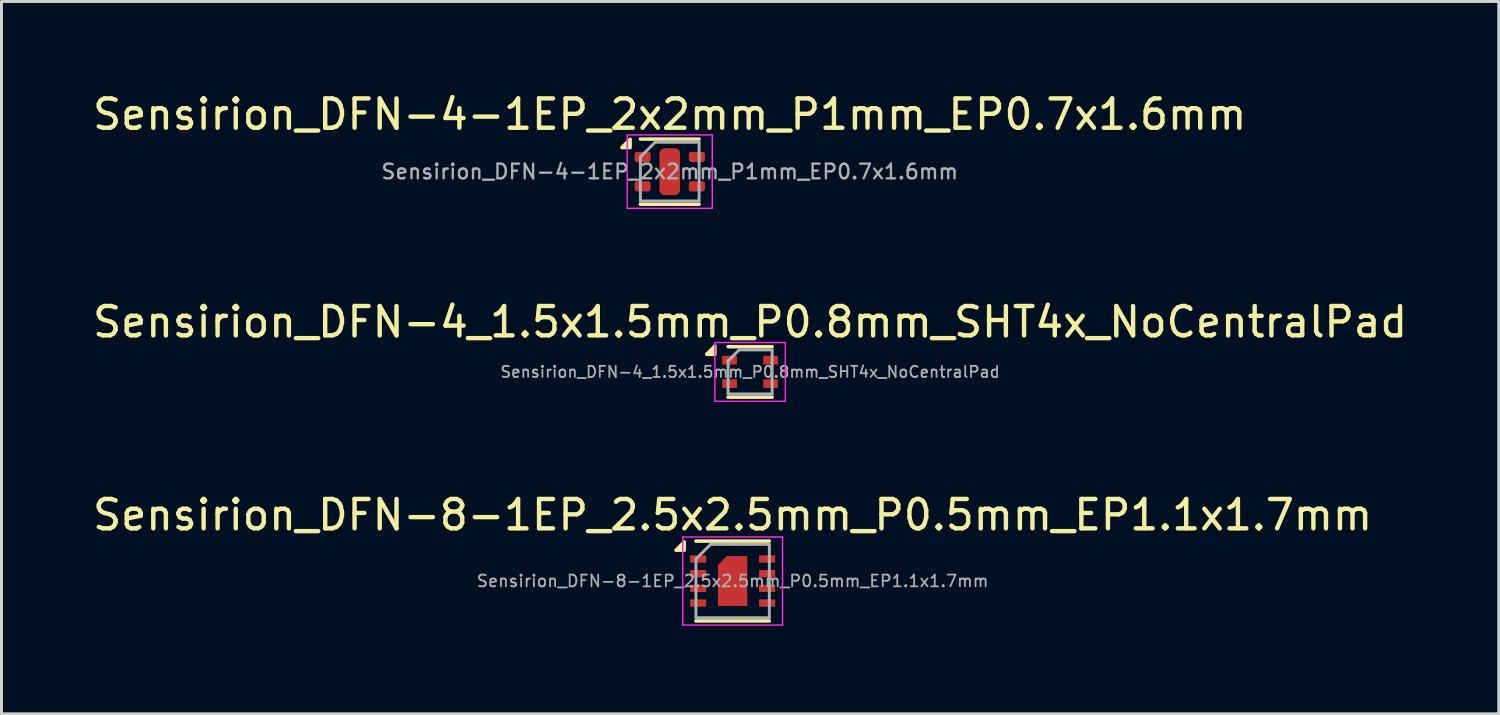
<source format=kicad_pcb>
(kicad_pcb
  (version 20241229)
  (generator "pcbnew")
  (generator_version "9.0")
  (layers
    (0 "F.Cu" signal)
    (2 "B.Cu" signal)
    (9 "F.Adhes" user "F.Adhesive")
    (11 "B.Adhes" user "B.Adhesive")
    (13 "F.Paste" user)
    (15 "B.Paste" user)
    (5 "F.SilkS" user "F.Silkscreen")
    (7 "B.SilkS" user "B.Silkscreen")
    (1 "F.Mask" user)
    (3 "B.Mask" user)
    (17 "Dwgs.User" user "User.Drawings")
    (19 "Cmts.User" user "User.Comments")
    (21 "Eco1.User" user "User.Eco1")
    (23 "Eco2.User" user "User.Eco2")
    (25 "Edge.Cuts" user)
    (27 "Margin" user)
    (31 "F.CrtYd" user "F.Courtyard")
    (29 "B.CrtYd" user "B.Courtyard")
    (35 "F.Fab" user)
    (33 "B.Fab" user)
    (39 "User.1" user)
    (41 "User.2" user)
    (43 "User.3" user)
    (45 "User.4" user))
  (footprint "Sensirion_DFN-8-1EP_2.5x2.5mm_P0.5mm_EP1.1x1.7mm"
    (layer "F.Cu")
    (at 21.911 16.745)
    (property "Reference" "Sensirion_DFN-8-1EP_2.5x2.5mm_P0.5mm_EP1.1x1.7mm" (at 0 -2.25 0) (layer "F.SilkS") (effects (font (size 1 1) (thickness 0.15))))
    (attr smd)
    (fp_line (start -1.25 -1.36) (end 1.25 -1.36) (stroke (width 0.12) (type solid)) (layer "F.SilkS"))
    (fp_line (start -1.25 1.36) (end 1.25 1.36) (stroke (width 0.12) (type solid)) (layer "F.SilkS"))
    (fp_poly (pts (xy -1.65 -1.05) (xy -1.93 -1.05) (xy -1.65 -1.33) (xy -1.65 -1.05)) (stroke (width 0.12) (type solid)) (fill yes) (layer "F.SilkS"))
    (fp_line (start -1.7 -1.5) (end -1.7 1.5) (stroke (width 0.05) (type solid)) (layer "F.CrtYd"))
    (fp_line (start -1.7 -1.5) (end 1.7 -1.5) (stroke (width 0.05) (type solid)) (layer "F.CrtYd"))
    (fp_line (start -1.7 1.5) (end 1.7 1.5) (stroke (width 0.05) (type solid)) (layer "F.CrtYd"))
    (fp_line (start 1.7 -1.5) (end 1.7 1.5) (stroke (width 0.05) (type solid)) (layer "F.CrtYd"))
    (fp_line (start -1.25 -0.75) (end -0.75 -1.25) (stroke (width 0.1) (type solid)) (layer "F.Fab"))
    (fp_line (start -1.25 1.25) (end -1.25 -0.75) (stroke (width 0.1) (type solid)) (layer "F.Fab"))
    (fp_line (start -0.75 -1.25) (end 1.25 -1.25) (stroke (width 0.1) (type solid)) (layer "F.Fab"))
    (fp_line (start 1.25 -1.25) (end 1.25 1.25) (stroke (width 0.1) (type solid)) (layer "F.Fab"))
    (fp_line (start 1.25 1.25) (end -1.25 1.25) (stroke (width 0.1) (type solid)) (layer "F.Fab"))
    (fp_text user "${REFERENCE}" (at 0 0 0) (layer "F.Fab") (effects (font (size 0.4 0.4) (thickness 0.06))))
    (pad "" smd custom (at 0 0) (size 0.9 0.9) (layers "F.Paste") (options (anchor rect)) (primitives (gr_poly (pts (xy 0.45 0.8) (xy -0.45 0.8) (xy -0.45 -0.53) (xy -0.18 -0.8) (xy 0.45 -0.8)) (width 0) (fill yes))))
    (pad "1" smd rect (at -1.175 -0.75) (size 0.55 0.25) (layers "F.Cu" "F.Mask" "F.Paste"))
    (pad "2" smd rect (at -1.175 -0.25) (size 0.55 0.25) (layers "F.Cu" "F.Mask" "F.Paste"))
    (pad "3" smd rect (at -1.175 0.25) (size 0.55 0.25) (layers "F.Cu" "F.Mask" "F.Paste"))
    (pad "4" smd rect (at -1.175 0.75 180) (size 0.55 0.25) (layers "F.Cu" "F.Mask" "F.Paste"))
    (pad "5" smd rect (at 1.175 0.75) (size 0.55 0.25) (layers "F.Cu" "F.Mask" "F.Paste"))
    (pad "6" smd rect (at 1.175 0.25) (size 0.55 0.25) (layers "F.Cu" "F.Mask" "F.Paste"))
    (pad "7" smd rect (at 1.175 -0.25) (size 0.55 0.25) (layers "F.Cu" "F.Mask" "F.Paste"))
    (pad "8" smd rect (at 1.175 -0.75) (size 0.55 0.25) (layers "F.Cu" "F.Mask" "F.Paste"))
    (pad "9" smd custom (at 0 0) (size 1 1) (layers "F.Cu" "F.Mask") (options (anchor circle)) (primitives (gr_poly (pts (xy 0.5 0.85) (xy -0.5 0.85) (xy -0.5 -0.55) (xy -0.2 -0.85) (xy 0.5 -0.85)) (width 0) (fill yes)))))
  (footprint "Sensirion_DFN-4_1.5x1.5mm_P0.8mm_SHT4x_NoCentralPad"
    (layer "F.Cu")
    (at 22.506 9.621)
    (property "Reference" "Sensirion_DFN-4_1.5x1.5mm_P0.8mm_SHT4x_NoCentralPad" (at 0 -1.7 0) (layer "F.SilkS") (effects (font (size 1 1) (thickness 0.15))))
    (attr smd)
    (fp_line (start -0.75 -0.86) (end 0.75 -0.86) (stroke (width 0.12) (type solid)) (layer "F.SilkS"))
    (fp_line (start -0.75 0.86) (end 0.75 0.86) (stroke (width 0.12) (type solid)) (layer "F.SilkS"))
    (fp_poly (pts (xy -1.2 -0.6) (xy -1.48 -0.6) (xy -1.2 -0.88) (xy -1.2 -0.6)) (stroke (width 0.12) (type solid)) (fill yes) (layer "F.SilkS"))
    (fp_line (start -1.2 -1) (end -1.2 1) (stroke (width 0.05) (type solid)) (layer "F.CrtYd"))
    (fp_line (start -1.2 1) (end 1.2 1) (stroke (width 0.05) (type solid)) (layer "F.CrtYd"))
    (fp_line (start 1.2 -1) (end -1.2 -1) (stroke (width 0.05) (type solid)) (layer "F.CrtYd"))
    (fp_line (start 1.2 1) (end 1.2 -1) (stroke (width 0.05) (type solid)) (layer "F.CrtYd"))
    (fp_line (start -0.75 -0.375) (end -0.375 -0.75) (stroke (width 0.1) (type solid)) (layer "F.Fab"))
    (fp_line (start -0.75 0.75) (end -0.75 -0.375) (stroke (width 0.1) (type solid)) (layer "F.Fab"))
    (fp_line (start -0.375 -0.75) (end 0.75 -0.75) (stroke (width 0.1) (type solid)) (layer "F.Fab"))
    (fp_line (start 0.75 -0.75) (end 0.75 0.75) (stroke (width 0.1) (type solid)) (layer "F.Fab"))
    (fp_line (start 0.75 0.75) (end -0.75 0.75) (stroke (width 0.1) (type solid)) (layer "F.Fab"))
    (fp_text user "${REFERENCE}" (at 0 0 0) (layer "F.Fab") (effects (font (size 0.38 0.38) (thickness 0.06))))
    (pad "1" smd rect (at -0.7 -0.4) (size 0.5 0.3) (layers "F.Cu" "F.Mask" "F.Paste"))
    (pad "2" smd rect (at -0.7 0.4) (size 0.5 0.3) (layers "F.Cu" "F.Mask" "F.Paste"))
    (pad "3" smd rect (at 0.7 0.4) (size 0.5 0.3) (layers "F.Cu" "F.Mask" "F.Paste"))
    (pad "4" smd rect (at 0.7 -0.4) (size 0.5 0.3) (layers "F.Cu" "F.Mask" "F.Paste"))
    (zone (net_name "") (layer "F.Cu") (hatch edge 0.508) (connect_pads) (min_thickness 0.254) (filled_areas_thickness no) (keepout (tracks not_allowed) (vias not_allowed) (pads allowed) (copperpour not_allowed) (footprints allowed)) (placement (enabled no)) (fill) (polygon (pts (xy 23.256 9.072) (xy 22.956 9.072) (xy 22.956 9.371) (xy 23.256 9.371) (xy 23.256 9.871) (xy 22.956 9.871) (xy 22.956 10.171) (xy 23.256 10.171) (xy 23.256 10.371) (xy 21.756 10.371) (xy 21.756 10.171) (xy 22.056 10.171) (xy 22.056 9.871) (xy 21.756 9.871) (xy 21.756 9.371) (xy 22.056 9.371) (xy 22.056 9.072) (xy 21.756 9.072) (xy 21.756 8.871) (xy 23.256 8.871)))))
  (footprint "Sensirion_DFN-4-1EP_2x2mm_P1mm_EP0.7x1.6mm"
    (layer "F.Cu")
    (at 19.768 2.798)
    (property "Reference" "Sensirion_DFN-4-1EP_2x2mm_P1mm_EP0.7x1.6mm" (at 0 -1.95 0) (layer "F.SilkS") (effects (font (size 1 1) (thickness 0.15))))
    (attr smd)
    (fp_line (start -1 -1.11) (end 1 -1.11) (stroke (width 0.12) (type solid)) (layer "F.SilkS"))
    (fp_line (start -1 1.11) (end 1 1.11) (stroke (width 0.12) (type solid)) (layer "F.SilkS"))
    (fp_poly (pts (xy -1.35 -0.82) (xy -1.63 -0.82) (xy -1.35 -1.1) (xy -1.35 -0.82)) (stroke (width 0.12) (type solid)) (fill yes) (layer "F.SilkS"))
    (fp_line (start -1.45 -1.25) (end -1.45 1.25) (stroke (width 0.05) (type solid)) (layer "F.CrtYd"))
    (fp_line (start -1.45 1.25) (end 1.45 1.25) (stroke (width 0.05) (type solid)) (layer "F.CrtYd"))
    (fp_line (start 1.45 -1.25) (end -1.45 -1.25) (stroke (width 0.05) (type solid)) (layer "F.CrtYd"))
    (fp_line (start 1.45 1.25) (end 1.45 -1.25) (stroke (width 0.05) (type solid)) (layer "F.CrtYd"))
    (fp_line (start -1 -0.5) (end -0.5 -1) (stroke (width 0.1) (type solid)) (layer "F.Fab"))
    (fp_line (start -1 1) (end -1 -0.5) (stroke (width 0.1) (type solid)) (layer "F.Fab"))
    (fp_line (start -0.5 -1) (end 1 -1) (stroke (width 0.1) (type solid)) (layer "F.Fab"))
    (fp_line (start 1 -1) (end 1 1) (stroke (width 0.1) (type solid)) (layer "F.Fab"))
    (fp_line (start 1 1) (end -1 1) (stroke (width 0.1) (type solid)) (layer "F.Fab"))
    (fp_text user "${REFERENCE}" (at 0 0 0) (layer "F.Fab") (effects (font (size 0.5 0.5) (thickness 0.08))))
    (pad "" smd roundrect (at -1.025 -0.5) (size 0.55 0.35) (layers "F.Paste") (roundrect_rratio 0.25))
    (pad "" smd roundrect (at -1.025 0.5) (size 0.55 0.35) (layers "F.Paste") (roundrect_rratio 0.25))
    (pad "" smd roundrect (at 0 0) (size 0.5 1.4) (layers "F.Paste") (roundrect_rratio 0.25))
    (pad "" smd roundrect (at 1.025 -0.5 180) (size 0.55 0.35) (layers "F.Paste") (roundrect_rratio 0.25))
    (pad "" smd roundrect (at 1.025 0.5 180) (size 0.55 0.35) (layers "F.Paste") (roundrect_rratio 0.25))
    (pad "1" smd roundrect (at -0.925 -0.5) (size 0.55 0.35) (layers "F.Cu" "F.Mask") (roundrect_rratio 0.25))
    (pad "2" smd roundrect (at -0.925 0.5) (size 0.55 0.35) (layers "F.Cu" "F.Mask") (roundrect_rratio 0.25))
    (pad "3" smd roundrect (at 0.925 0.5) (size 0.55 0.35) (layers "F.Cu" "F.Mask") (roundrect_rratio 0.25))
    (pad "4" smd roundrect (at 0.925 -0.5) (size 0.55 0.35) (layers "F.Cu" "F.Mask") (roundrect_rratio 0.25))
    (pad "5" smd roundrect (at 0 0) (size 0.7 1.6) (layers "F.Cu" "F.Mask") (roundrect_rratio 0.25)))
  (gr_rect
    (start -3 -3)
    (end 48.012 21.27)
    (stroke (width 0.1) (type default))
    (fill no)
    (layer "Edge.Cuts")))
</source>
